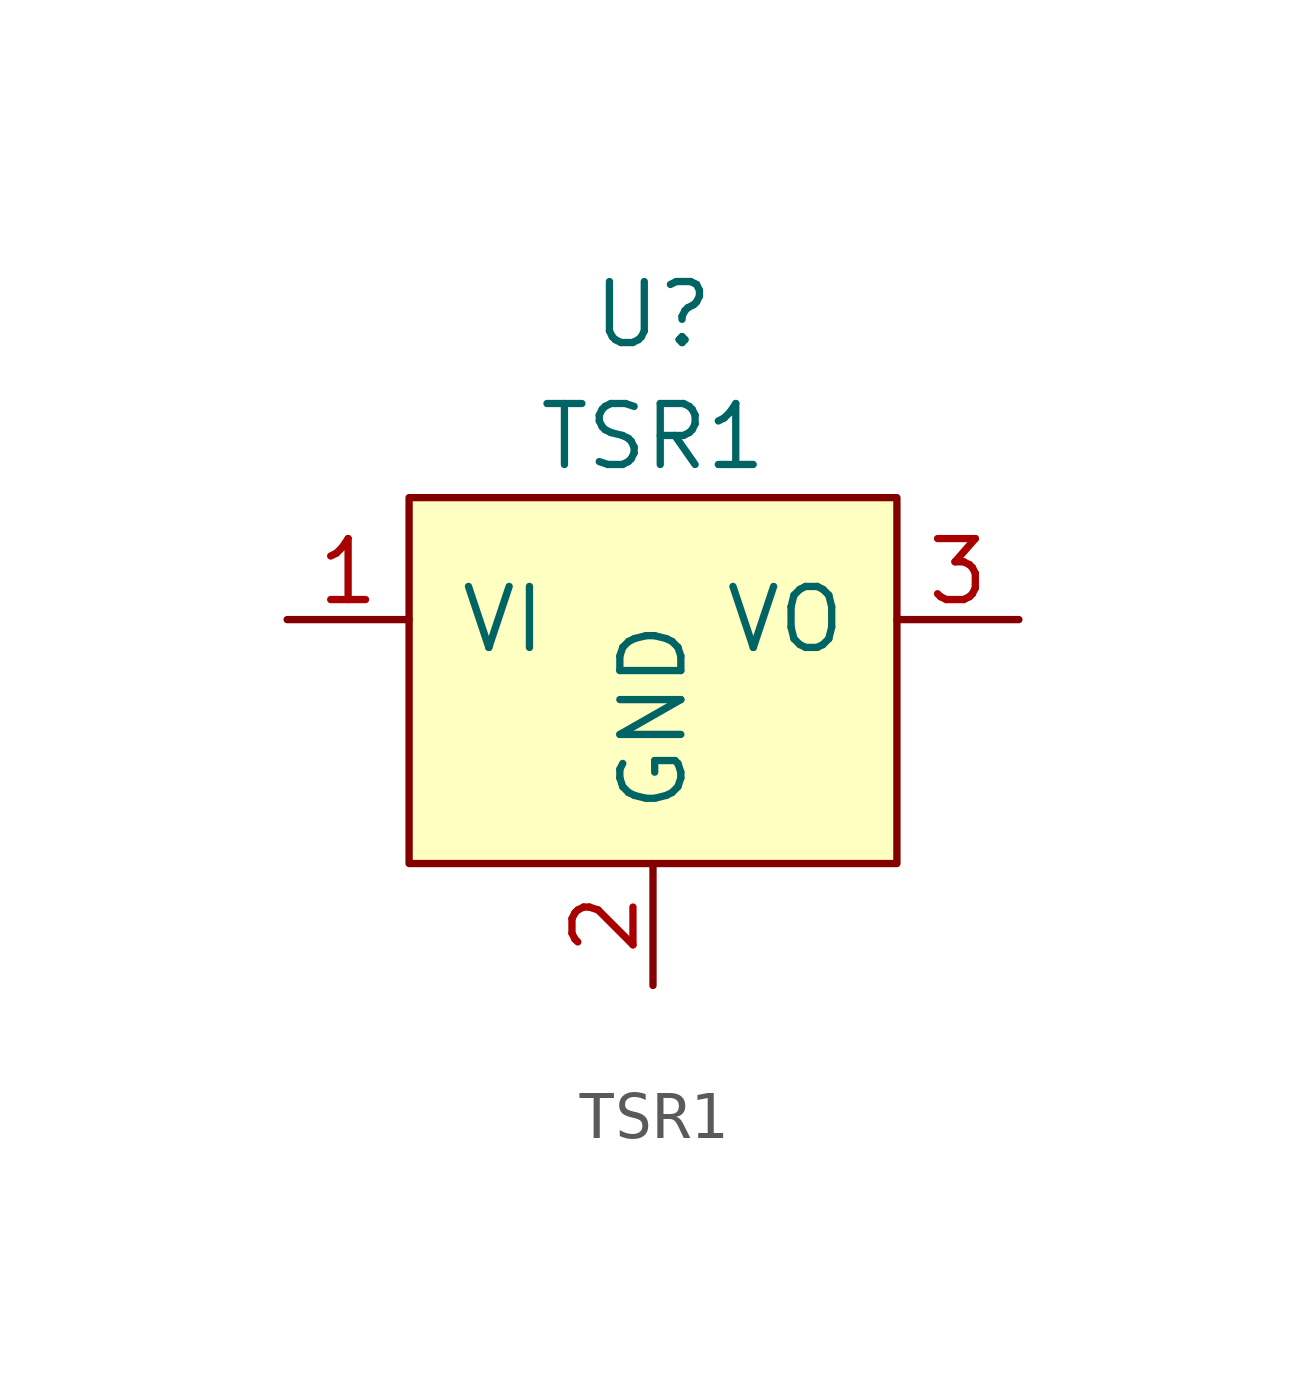
<source format=kicad_sym>
(kicad_symbol_lib
  (version 20220914)
  (generator kicad_symbol_editor)
  (symbol "TSR1"
    (pin_names
      (offset 1.016))
    (property "Reference" "U"
      (at 0 7.62 0)
      (effects (font (size 1.27 1.27))))
    (property "Value" "TSR1"
      (at 0 5.08 0)
      (effects (font (size 1.27 1.27))))
    (symbol "TSR1_0_1"
      (rectangle (start -5.08 3.81) (end 5.08 -3.81) (stroke (width 0) (type solid)) (fill (type background))))
    (symbol "TSR1_1_1"
      (pin power_in line (at -7.62 1.27 0) (length 2.54) (name "VI" (effects (font (size 1.27 1.27)))) (number "1" (effects (font (size 1.27 1.27)))))
      (pin passive line (at 0 -6.35 90) (length 2.54) (name "GND" (effects (font (size 1.27 1.27)))) (number "2" (effects (font (size 1.27 1.27)))))
      (pin power_out line (at 7.62 1.27 180) (length 2.54) (name "VO" (effects (font (size 1.27 1.27)))) (number "3" (effects (font (size 1.27 1.27))))))))
</source>
